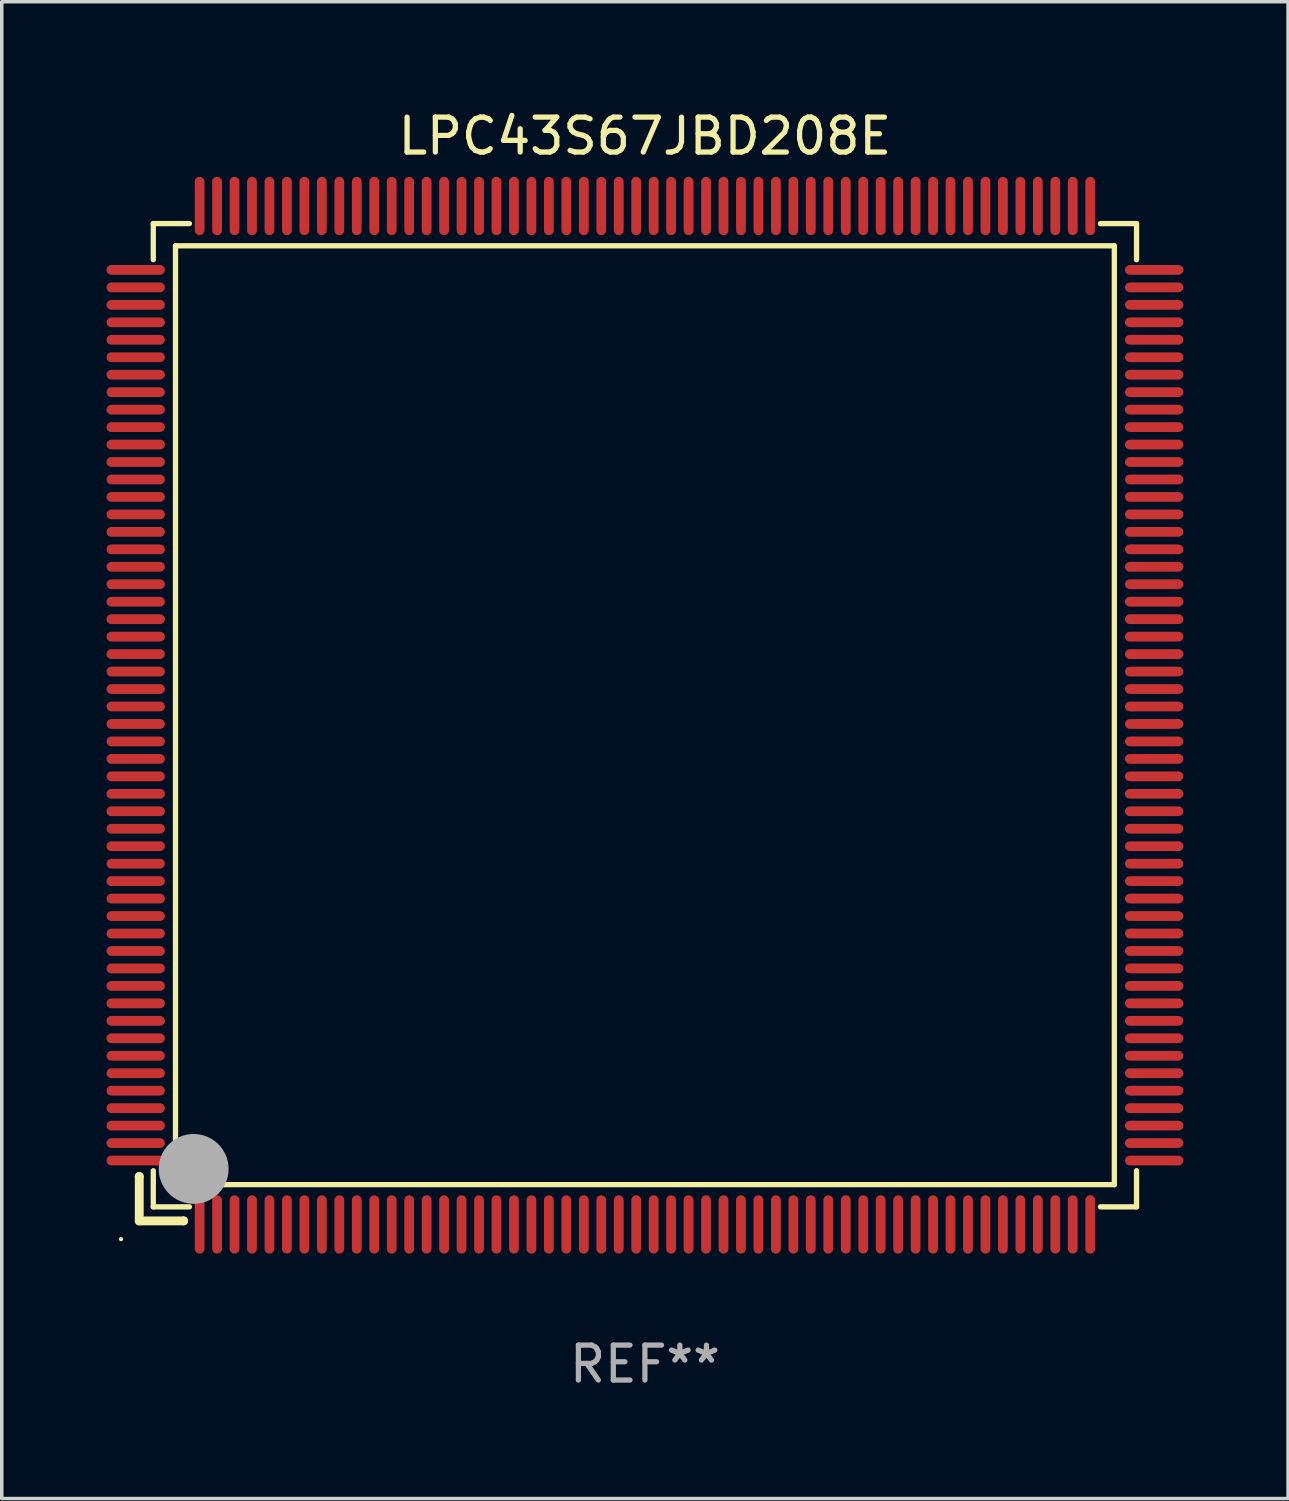
<source format=kicad_pcb>
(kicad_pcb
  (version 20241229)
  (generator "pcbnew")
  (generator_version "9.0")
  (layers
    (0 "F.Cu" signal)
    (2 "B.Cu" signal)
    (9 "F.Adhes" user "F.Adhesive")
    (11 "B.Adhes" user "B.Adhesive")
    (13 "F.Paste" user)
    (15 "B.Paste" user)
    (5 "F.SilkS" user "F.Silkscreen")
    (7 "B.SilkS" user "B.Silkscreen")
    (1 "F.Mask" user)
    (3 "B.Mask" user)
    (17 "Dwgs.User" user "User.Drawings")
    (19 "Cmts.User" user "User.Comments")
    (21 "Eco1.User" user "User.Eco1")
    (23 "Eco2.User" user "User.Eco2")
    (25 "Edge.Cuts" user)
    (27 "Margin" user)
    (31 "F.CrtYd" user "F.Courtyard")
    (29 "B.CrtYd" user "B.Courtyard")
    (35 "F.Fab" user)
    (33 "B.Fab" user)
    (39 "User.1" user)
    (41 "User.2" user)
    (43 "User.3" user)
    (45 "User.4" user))
  (footprint "LPC43S67JBD208E"
    (layer "F.Cu")
    (at 15.415 17.428)
    (property "Reference" "LPC43S67JBD208E" (at 0 -16.58 0) (layer "F.SilkS") (effects (font (size 1 1) (thickness 0.15))))
    (attr through_hole)
    (fp_line (start -14.478 13.208) (end -14.478 13.208) (stroke (width 0.254) (type solid)) (layer "F.SilkS"))
    (fp_line (start -14.478 13.208) (end -14.478 14.478) (stroke (width 0.254) (type solid)) (layer "F.SilkS"))
    (fp_line (start -14.478 14.478) (end -13.208 14.478) (stroke (width 0.254) (type solid)) (layer "F.SilkS"))
    (fp_line (start -14.076 -14.076) (end -14.076 -13.042) (stroke (width 0.152) (type solid)) (layer "F.SilkS"))
    (fp_line (start -14.076 14.076) (end -14.076 13.042) (stroke (width 0.152) (type solid)) (layer "F.SilkS"))
    (fp_line (start -13.44 -13.44) (end 13.44 -13.44) (stroke (width 0.152) (type solid)) (layer "F.SilkS"))
    (fp_line (start -13.44 13.44) (end -13.44 -13.44) (stroke (width 0.152) (type solid)) (layer "F.SilkS"))
    (fp_line (start -13.208 14.478) (end -13.208 14.478) (stroke (width 0.254) (type solid)) (layer "F.SilkS"))
    (fp_line (start -13.042 -14.076) (end -14.076 -14.076) (stroke (width 0.152) (type solid)) (layer "F.SilkS"))
    (fp_line (start -13.042 14.076) (end -14.076 14.076) (stroke (width 0.152) (type solid)) (layer "F.SilkS"))
    (fp_line (start 13.042 -14.076) (end 14.076 -14.076) (stroke (width 0.152) (type solid)) (layer "F.SilkS"))
    (fp_line (start 13.042 14.076) (end 14.076 14.076) (stroke (width 0.152) (type solid)) (layer "F.SilkS"))
    (fp_line (start 13.44 -13.44) (end 13.44 13.44) (stroke (width 0.152) (type solid)) (layer "F.SilkS"))
    (fp_line (start 13.44 13.44) (end -13.44 13.44) (stroke (width 0.152) (type solid)) (layer "F.SilkS"))
    (fp_line (start 14.076 -14.076) (end 14.076 -13.042) (stroke (width 0.152) (type solid)) (layer "F.SilkS"))
    (fp_line (start 14.076 14.076) (end 14.076 13.042) (stroke (width 0.152) (type solid)) (layer "F.SilkS"))
    (fp_circle (center -15 15) (end -14.97 15) (stroke (width 0.06) (type solid)) (fill no) (layer "F.SilkS"))
    (fp_circle (center -13.138 13.138) (end -13.063 13.138) (stroke (width 0.15) (type solid)) (fill no) (layer "F.SilkS"))
    (fp_circle (center -12.92 12.99) (end -12.42 12.99) (stroke (width 1) (type solid)) (fill no) (layer "F.Fab"))
    (fp_text user "REF**" (at 0 18.58 0) (layer "F.Fab") (effects (font (size 1 1) (thickness 0.15))))
    (pad "1" smd oval (at -12.75 14.58) (size 0.28 1.67) (layers "F.Cu" "F.Mask" "F.Paste"))
    (pad "2" smd oval (at -12.25 14.58) (size 0.28 1.67) (layers "F.Cu" "F.Mask" "F.Paste"))
    (pad "3" smd oval (at -11.75 14.58) (size 0.28 1.67) (layers "F.Cu" "F.Mask" "F.Paste"))
    (pad "4" smd oval (at -11.25 14.58) (size 0.28 1.67) (layers "F.Cu" "F.Mask" "F.Paste"))
    (pad "5" smd oval (at -10.75 14.58) (size 0.28 1.67) (layers "F.Cu" "F.Mask" "F.Paste"))
    (pad "6" smd oval (at -10.25 14.58) (size 0.28 1.67) (layers "F.Cu" "F.Mask" "F.Paste"))
    (pad "7" smd oval (at -9.75 14.58) (size 0.28 1.67) (layers "F.Cu" "F.Mask" "F.Paste"))
    (pad "8" smd oval (at -9.25 14.58) (size 0.28 1.67) (layers "F.Cu" "F.Mask" "F.Paste"))
    (pad "9" smd oval (at -8.75 14.58) (size 0.28 1.67) (layers "F.Cu" "F.Mask" "F.Paste"))
    (pad "10" smd oval (at -8.25 14.58) (size 0.28 1.67) (layers "F.Cu" "F.Mask" "F.Paste"))
    (pad "11" smd oval (at -7.75 14.58) (size 0.28 1.67) (layers "F.Cu" "F.Mask" "F.Paste"))
    (pad "12" smd oval (at -7.25 14.58) (size 0.28 1.67) (layers "F.Cu" "F.Mask" "F.Paste"))
    (pad "13" smd oval (at -6.75 14.58) (size 0.28 1.67) (layers "F.Cu" "F.Mask" "F.Paste"))
    (pad "14" smd oval (at -6.25 14.58) (size 0.28 1.67) (layers "F.Cu" "F.Mask" "F.Paste"))
    (pad "15" smd oval (at -5.75 14.58) (size 0.28 1.67) (layers "F.Cu" "F.Mask" "F.Paste"))
    (pad "16" smd oval (at -5.25 14.58) (size 0.28 1.67) (layers "F.Cu" "F.Mask" "F.Paste"))
    (pad "17" smd oval (at -4.75 14.58) (size 0.28 1.67) (layers "F.Cu" "F.Mask" "F.Paste"))
    (pad "18" smd oval (at -4.25 14.58) (size 0.28 1.67) (layers "F.Cu" "F.Mask" "F.Paste"))
    (pad "19" smd oval (at -3.75 14.58) (size 0.28 1.67) (layers "F.Cu" "F.Mask" "F.Paste"))
    (pad "20" smd oval (at -3.25 14.58) (size 0.28 1.67) (layers "F.Cu" "F.Mask" "F.Paste"))
    (pad "21" smd oval (at -2.75 14.58) (size 0.28 1.67) (layers "F.Cu" "F.Mask" "F.Paste"))
    (pad "22" smd oval (at -2.25 14.58) (size 0.28 1.67) (layers "F.Cu" "F.Mask" "F.Paste"))
    (pad "23" smd oval (at -1.75 14.58) (size 0.28 1.67) (layers "F.Cu" "F.Mask" "F.Paste"))
    (pad "24" smd oval (at -1.25 14.58) (size 0.28 1.67) (layers "F.Cu" "F.Mask" "F.Paste"))
    (pad "25" smd oval (at -0.75 14.58) (size 0.28 1.67) (layers "F.Cu" "F.Mask" "F.Paste"))
    (pad "26" smd oval (at -0.25 14.58) (size 0.28 1.67) (layers "F.Cu" "F.Mask" "F.Paste"))
    (pad "27" smd oval (at 0.25 14.58) (size 0.28 1.67) (layers "F.Cu" "F.Mask" "F.Paste"))
    (pad "28" smd oval (at 0.75 14.58) (size 0.28 1.67) (layers "F.Cu" "F.Mask" "F.Paste"))
    (pad "29" smd oval (at 1.25 14.58) (size 0.28 1.67) (layers "F.Cu" "F.Mask" "F.Paste"))
    (pad "30" smd oval (at 1.75 14.58) (size 0.28 1.67) (layers "F.Cu" "F.Mask" "F.Paste"))
    (pad "31" smd oval (at 2.25 14.58) (size 0.28 1.67) (layers "F.Cu" "F.Mask" "F.Paste"))
    (pad "32" smd oval (at 2.75 14.58) (size 0.28 1.67) (layers "F.Cu" "F.Mask" "F.Paste"))
    (pad "33" smd oval (at 3.25 14.58) (size 0.28 1.67) (layers "F.Cu" "F.Mask" "F.Paste"))
    (pad "34" smd oval (at 3.75 14.58) (size 0.28 1.67) (layers "F.Cu" "F.Mask" "F.Paste"))
    (pad "35" smd oval (at 4.25 14.58) (size 0.28 1.67) (layers "F.Cu" "F.Mask" "F.Paste"))
    (pad "36" smd oval (at 4.75 14.58) (size 0.28 1.67) (layers "F.Cu" "F.Mask" "F.Paste"))
    (pad "37" smd oval (at 5.25 14.58) (size 0.28 1.67) (layers "F.Cu" "F.Mask" "F.Paste"))
    (pad "38" smd oval (at 5.75 14.58) (size 0.28 1.67) (layers "F.Cu" "F.Mask" "F.Paste"))
    (pad "39" smd oval (at 6.25 14.58) (size 0.28 1.67) (layers "F.Cu" "F.Mask" "F.Paste"))
    (pad "40" smd oval (at 6.75 14.58) (size 0.28 1.67) (layers "F.Cu" "F.Mask" "F.Paste"))
    (pad "41" smd oval (at 7.25 14.58) (size 0.28 1.67) (layers "F.Cu" "F.Mask" "F.Paste"))
    (pad "42" smd oval (at 7.75 14.58) (size 0.28 1.67) (layers "F.Cu" "F.Mask" "F.Paste"))
    (pad "43" smd oval (at 8.25 14.58) (size 0.28 1.67) (layers "F.Cu" "F.Mask" "F.Paste"))
    (pad "44" smd oval (at 8.75 14.58) (size 0.28 1.67) (layers "F.Cu" "F.Mask" "F.Paste"))
    (pad "45" smd oval (at 9.25 14.58) (size 0.28 1.67) (layers "F.Cu" "F.Mask" "F.Paste"))
    (pad "46" smd oval (at 9.75 14.58) (size 0.28 1.67) (layers "F.Cu" "F.Mask" "F.Paste"))
    (pad "47" smd oval (at 10.25 14.58) (size 0.28 1.67) (layers "F.Cu" "F.Mask" "F.Paste"))
    (pad "48" smd oval (at 10.75 14.58) (size 0.28 1.67) (layers "F.Cu" "F.Mask" "F.Paste"))
    (pad "49" smd oval (at 11.25 14.58) (size 0.28 1.67) (layers "F.Cu" "F.Mask" "F.Paste"))
    (pad "50" smd oval (at 11.75 14.58) (size 0.28 1.67) (layers "F.Cu" "F.Mask" "F.Paste"))
    (pad "51" smd oval (at 12.25 14.58) (size 0.28 1.67) (layers "F.Cu" "F.Mask" "F.Paste"))
    (pad "52" smd oval (at 12.75 14.58) (size 0.28 1.67) (layers "F.Cu" "F.Mask" "F.Paste"))
    (pad "53" smd oval (at 14.58 12.75) (size 1.67 0.28) (layers "F.Cu" "F.Mask" "F.Paste"))
    (pad "54" smd oval (at 14.58 12.25) (size 1.67 0.28) (layers "F.Cu" "F.Mask" "F.Paste"))
    (pad "55" smd oval (at 14.58 11.75) (size 1.67 0.28) (layers "F.Cu" "F.Mask" "F.Paste"))
    (pad "56" smd oval (at 14.58 11.25) (size 1.67 0.28) (layers "F.Cu" "F.Mask" "F.Paste"))
    (pad "57" smd oval (at 14.58 10.75) (size 1.67 0.28) (layers "F.Cu" "F.Mask" "F.Paste"))
    (pad "58" smd oval (at 14.58 10.25) (size 1.67 0.28) (layers "F.Cu" "F.Mask" "F.Paste"))
    (pad "59" smd oval (at 14.58 9.75) (size 1.67 0.28) (layers "F.Cu" "F.Mask" "F.Paste"))
    (pad "60" smd oval (at 14.58 9.25) (size 1.67 0.28) (layers "F.Cu" "F.Mask" "F.Paste"))
    (pad "61" smd oval (at 14.58 8.75) (size 1.67 0.28) (layers "F.Cu" "F.Mask" "F.Paste"))
    (pad "62" smd oval (at 14.58 8.25) (size 1.67 0.28) (layers "F.Cu" "F.Mask" "F.Paste"))
    (pad "63" smd oval (at 14.58 7.75) (size 1.67 0.28) (layers "F.Cu" "F.Mask" "F.Paste"))
    (pad "64" smd oval (at 14.58 7.25) (size 1.67 0.28) (layers "F.Cu" "F.Mask" "F.Paste"))
    (pad "65" smd oval (at 14.58 6.75) (size 1.67 0.28) (layers "F.Cu" "F.Mask" "F.Paste"))
    (pad "66" smd oval (at 14.58 6.25) (size 1.67 0.28) (layers "F.Cu" "F.Mask" "F.Paste"))
    (pad "67" smd oval (at 14.58 5.75) (size 1.67 0.28) (layers "F.Cu" "F.Mask" "F.Paste"))
    (pad "68" smd oval (at 14.58 5.25) (size 1.67 0.28) (layers "F.Cu" "F.Mask" "F.Paste"))
    (pad "69" smd oval (at 14.58 4.75) (size 1.67 0.28) (layers "F.Cu" "F.Mask" "F.Paste"))
    (pad "70" smd oval (at 14.58 4.25) (size 1.67 0.28) (layers "F.Cu" "F.Mask" "F.Paste"))
    (pad "71" smd oval (at 14.58 3.75) (size 1.67 0.28) (layers "F.Cu" "F.Mask" "F.Paste"))
    (pad "72" smd oval (at 14.58 3.25) (size 1.67 0.28) (layers "F.Cu" "F.Mask" "F.Paste"))
    (pad "73" smd oval (at 14.58 2.75) (size 1.67 0.28) (layers "F.Cu" "F.Mask" "F.Paste"))
    (pad "74" smd oval (at 14.58 2.25) (size 1.67 0.28) (layers "F.Cu" "F.Mask" "F.Paste"))
    (pad "75" smd oval (at 14.58 1.75) (size 1.67 0.28) (layers "F.Cu" "F.Mask" "F.Paste"))
    (pad "76" smd oval (at 14.58 1.25) (size 1.67 0.28) (layers "F.Cu" "F.Mask" "F.Paste"))
    (pad "77" smd oval (at 14.58 0.75) (size 1.67 0.28) (layers "F.Cu" "F.Mask" "F.Paste"))
    (pad "78" smd oval (at 14.58 0.25) (size 1.67 0.28) (layers "F.Cu" "F.Mask" "F.Paste"))
    (pad "79" smd oval (at 14.58 -0.25) (size 1.67 0.28) (layers "F.Cu" "F.Mask" "F.Paste"))
    (pad "80" smd oval (at 14.58 -0.75) (size 1.67 0.28) (layers "F.Cu" "F.Mask" "F.Paste"))
    (pad "81" smd oval (at 14.58 -1.25) (size 1.67 0.28) (layers "F.Cu" "F.Mask" "F.Paste"))
    (pad "82" smd oval (at 14.58 -1.75) (size 1.67 0.28) (layers "F.Cu" "F.Mask" "F.Paste"))
    (pad "83" smd oval (at 14.58 -2.25) (size 1.67 0.28) (layers "F.Cu" "F.Mask" "F.Paste"))
    (pad "84" smd oval (at 14.58 -2.75) (size 1.67 0.28) (layers "F.Cu" "F.Mask" "F.Paste"))
    (pad "85" smd oval (at 14.58 -3.25) (size 1.67 0.28) (layers "F.Cu" "F.Mask" "F.Paste"))
    (pad "86" smd oval (at 14.58 -3.75) (size 1.67 0.28) (layers "F.Cu" "F.Mask" "F.Paste"))
    (pad "87" smd oval (at 14.58 -4.25) (size 1.67 0.28) (layers "F.Cu" "F.Mask" "F.Paste"))
    (pad "88" smd oval (at 14.58 -4.75) (size 1.67 0.28) (layers "F.Cu" "F.Mask" "F.Paste"))
    (pad "89" smd oval (at 14.58 -5.25) (size 1.67 0.28) (layers "F.Cu" "F.Mask" "F.Paste"))
    (pad "90" smd oval (at 14.58 -5.75) (size 1.67 0.28) (layers "F.Cu" "F.Mask" "F.Paste"))
    (pad "91" smd oval (at 14.58 -6.25) (size 1.67 0.28) (layers "F.Cu" "F.Mask" "F.Paste"))
    (pad "92" smd oval (at 14.58 -6.75) (size 1.67 0.28) (layers "F.Cu" "F.Mask" "F.Paste"))
    (pad "93" smd oval (at 14.58 -7.25) (size 1.67 0.28) (layers "F.Cu" "F.Mask" "F.Paste"))
    (pad "94" smd oval (at 14.58 -7.75) (size 1.67 0.28) (layers "F.Cu" "F.Mask" "F.Paste"))
    (pad "95" smd oval (at 14.58 -8.25) (size 1.67 0.28) (layers "F.Cu" "F.Mask" "F.Paste"))
    (pad "96" smd oval (at 14.58 -8.75) (size 1.67 0.28) (layers "F.Cu" "F.Mask" "F.Paste"))
    (pad "97" smd oval (at 14.58 -9.25) (size 1.67 0.28) (layers "F.Cu" "F.Mask" "F.Paste"))
    (pad "98" smd oval (at 14.58 -9.75) (size 1.67 0.28) (layers "F.Cu" "F.Mask" "F.Paste"))
    (pad "99" smd oval (at 14.58 -10.25) (size 1.67 0.28) (layers "F.Cu" "F.Mask" "F.Paste"))
    (pad "100" smd oval (at 14.58 -10.75) (size 1.67 0.28) (layers "F.Cu" "F.Mask" "F.Paste"))
    (pad "101" smd oval (at 14.58 -11.25) (size 1.67 0.28) (layers "F.Cu" "F.Mask" "F.Paste"))
    (pad "102" smd oval (at 14.58 -11.75) (size 1.67 0.28) (layers "F.Cu" "F.Mask" "F.Paste"))
    (pad "103" smd oval (at 14.58 -12.25) (size 1.67 0.28) (layers "F.Cu" "F.Mask" "F.Paste"))
    (pad "104" smd oval (at 14.58 -12.75) (size 1.67 0.28) (layers "F.Cu" "F.Mask" "F.Paste"))
    (pad "105" smd oval (at 12.75 -14.58) (size 0.28 1.67) (layers "F.Cu" "F.Mask" "F.Paste"))
    (pad "106" smd oval (at 12.25 -14.58) (size 0.28 1.67) (layers "F.Cu" "F.Mask" "F.Paste"))
    (pad "107" smd oval (at 11.75 -14.58) (size 0.28 1.67) (layers "F.Cu" "F.Mask" "F.Paste"))
    (pad "108" smd oval (at 11.25 -14.58) (size 0.28 1.67) (layers "F.Cu" "F.Mask" "F.Paste"))
    (pad "109" smd oval (at 10.75 -14.58) (size 0.28 1.67) (layers "F.Cu" "F.Mask" "F.Paste"))
    (pad "110" smd oval (at 10.25 -14.58) (size 0.28 1.67) (layers "F.Cu" "F.Mask" "F.Paste"))
    (pad "111" smd oval (at 9.75 -14.58) (size 0.28 1.67) (layers "F.Cu" "F.Mask" "F.Paste"))
    (pad "112" smd oval (at 9.25 -14.58) (size 0.28 1.67) (layers "F.Cu" "F.Mask" "F.Paste"))
    (pad "113" smd oval (at 8.75 -14.58) (size 0.28 1.67) (layers "F.Cu" "F.Mask" "F.Paste"))
    (pad "114" smd oval (at 8.25 -14.58) (size 0.28 1.67) (layers "F.Cu" "F.Mask" "F.Paste"))
    (pad "115" smd oval (at 7.75 -14.58) (size 0.28 1.67) (layers "F.Cu" "F.Mask" "F.Paste"))
    (pad "116" smd oval (at 7.25 -14.58) (size 0.28 1.67) (layers "F.Cu" "F.Mask" "F.Paste"))
    (pad "117" smd oval (at 6.75 -14.58) (size 0.28 1.67) (layers "F.Cu" "F.Mask" "F.Paste"))
    (pad "118" smd oval (at 6.25 -14.58) (size 0.28 1.67) (layers "F.Cu" "F.Mask" "F.Paste"))
    (pad "119" smd oval (at 5.75 -14.58) (size 0.28 1.67) (layers "F.Cu" "F.Mask" "F.Paste"))
    (pad "120" smd oval (at 5.25 -14.58) (size 0.28 1.67) (layers "F.Cu" "F.Mask" "F.Paste"))
    (pad "121" smd oval (at 4.75 -14.58) (size 0.28 1.67) (layers "F.Cu" "F.Mask" "F.Paste"))
    (pad "122" smd oval (at 4.25 -14.58) (size 0.28 1.67) (layers "F.Cu" "F.Mask" "F.Paste"))
    (pad "123" smd oval (at 3.75 -14.58) (size 0.28 1.67) (layers "F.Cu" "F.Mask" "F.Paste"))
    (pad "124" smd oval (at 3.25 -14.58) (size 0.28 1.67) (layers "F.Cu" "F.Mask" "F.Paste"))
    (pad "125" smd oval (at 2.75 -14.58) (size 0.28 1.67) (layers "F.Cu" "F.Mask" "F.Paste"))
    (pad "126" smd oval (at 2.25 -14.58) (size 0.28 1.67) (layers "F.Cu" "F.Mask" "F.Paste"))
    (pad "127" smd oval (at 1.75 -14.58) (size 0.28 1.67) (layers "F.Cu" "F.Mask" "F.Paste"))
    (pad "128" smd oval (at 1.25 -14.58) (size 0.28 1.67) (layers "F.Cu" "F.Mask" "F.Paste"))
    (pad "129" smd oval (at 0.75 -14.58) (size 0.28 1.67) (layers "F.Cu" "F.Mask" "F.Paste"))
    (pad "130" smd oval (at 0.25 -14.58) (size 0.28 1.67) (layers "F.Cu" "F.Mask" "F.Paste"))
    (pad "131" smd oval (at -0.25 -14.58) (size 0.28 1.67) (layers "F.Cu" "F.Mask" "F.Paste"))
    (pad "132" smd oval (at -0.75 -14.58) (size 0.28 1.67) (layers "F.Cu" "F.Mask" "F.Paste"))
    (pad "133" smd oval (at -1.25 -14.58) (size 0.28 1.67) (layers "F.Cu" "F.Mask" "F.Paste"))
    (pad "134" smd oval (at -1.75 -14.58) (size 0.28 1.67) (layers "F.Cu" "F.Mask" "F.Paste"))
    (pad "135" smd oval (at -2.25 -14.58) (size 0.28 1.67) (layers "F.Cu" "F.Mask" "F.Paste"))
    (pad "136" smd oval (at -2.75 -14.58) (size 0.28 1.67) (layers "F.Cu" "F.Mask" "F.Paste"))
    (pad "137" smd oval (at -3.25 -14.58) (size 0.28 1.67) (layers "F.Cu" "F.Mask" "F.Paste"))
    (pad "138" smd oval (at -3.75 -14.58) (size 0.28 1.67) (layers "F.Cu" "F.Mask" "F.Paste"))
    (pad "139" smd oval (at -4.25 -14.58) (size 0.28 1.67) (layers "F.Cu" "F.Mask" "F.Paste"))
    (pad "140" smd oval (at -4.75 -14.58) (size 0.28 1.67) (layers "F.Cu" "F.Mask" "F.Paste"))
    (pad "141" smd oval (at -5.25 -14.58) (size 0.28 1.67) (layers "F.Cu" "F.Mask" "F.Paste"))
    (pad "142" smd oval (at -5.75 -14.58) (size 0.28 1.67) (layers "F.Cu" "F.Mask" "F.Paste"))
    (pad "143" smd oval (at -6.25 -14.58) (size 0.28 1.67) (layers "F.Cu" "F.Mask" "F.Paste"))
    (pad "144" smd oval (at -6.75 -14.58) (size 0.28 1.67) (layers "F.Cu" "F.Mask" "F.Paste"))
    (pad "145" smd oval (at -7.25 -14.58) (size 0.28 1.67) (layers "F.Cu" "F.Mask" "F.Paste"))
    (pad "146" smd oval (at -7.75 -14.58) (size 0.28 1.67) (layers "F.Cu" "F.Mask" "F.Paste"))
    (pad "147" smd oval (at -8.25 -14.58) (size 0.28 1.67) (layers "F.Cu" "F.Mask" "F.Paste"))
    (pad "148" smd oval (at -8.75 -14.58) (size 0.28 1.67) (layers "F.Cu" "F.Mask" "F.Paste"))
    (pad "149" smd oval (at -9.25 -14.58) (size 0.28 1.67) (layers "F.Cu" "F.Mask" "F.Paste"))
    (pad "150" smd oval (at -9.75 -14.58) (size 0.28 1.67) (layers "F.Cu" "F.Mask" "F.Paste"))
    (pad "151" smd oval (at -10.25 -14.58) (size 0.28 1.67) (layers "F.Cu" "F.Mask" "F.Paste"))
    (pad "152" smd oval (at -10.75 -14.58) (size 0.28 1.67) (layers "F.Cu" "F.Mask" "F.Paste"))
    (pad "153" smd oval (at -11.25 -14.58) (size 0.28 1.67) (layers "F.Cu" "F.Mask" "F.Paste"))
    (pad "154" smd oval (at -11.75 -14.58) (size 0.28 1.67) (layers "F.Cu" "F.Mask" "F.Paste"))
    (pad "155" smd oval (at -12.25 -14.58) (size 0.28 1.67) (layers "F.Cu" "F.Mask" "F.Paste"))
    (pad "156" smd oval (at -12.75 -14.58) (size 0.28 1.67) (layers "F.Cu" "F.Mask" "F.Paste"))
    (pad "157" smd oval (at -14.58 -12.75) (size 1.67 0.28) (layers "F.Cu" "F.Mask" "F.Paste"))
    (pad "158" smd oval (at -14.58 -12.25) (size 1.67 0.28) (layers "F.Cu" "F.Mask" "F.Paste"))
    (pad "159" smd oval (at -14.58 -11.75) (size 1.67 0.28) (layers "F.Cu" "F.Mask" "F.Paste"))
    (pad "160" smd oval (at -14.58 -11.25) (size 1.67 0.28) (layers "F.Cu" "F.Mask" "F.Paste"))
    (pad "161" smd oval (at -14.58 -10.75) (size 1.67 0.28) (layers "F.Cu" "F.Mask" "F.Paste"))
    (pad "162" smd oval (at -14.58 -10.25) (size 1.67 0.28) (layers "F.Cu" "F.Mask" "F.Paste"))
    (pad "163" smd oval (at -14.58 -9.75) (size 1.67 0.28) (layers "F.Cu" "F.Mask" "F.Paste"))
    (pad "164" smd oval (at -14.58 -9.25) (size 1.67 0.28) (layers "F.Cu" "F.Mask" "F.Paste"))
    (pad "165" smd oval (at -14.58 -8.75) (size 1.67 0.28) (layers "F.Cu" "F.Mask" "F.Paste"))
    (pad "166" smd oval (at -14.58 -8.25) (size 1.67 0.28) (layers "F.Cu" "F.Mask" "F.Paste"))
    (pad "167" smd oval (at -14.58 -7.75) (size 1.67 0.28) (layers "F.Cu" "F.Mask" "F.Paste"))
    (pad "168" smd oval (at -14.58 -7.25) (size 1.67 0.28) (layers "F.Cu" "F.Mask" "F.Paste"))
    (pad "169" smd oval (at -14.58 -6.75) (size 1.67 0.28) (layers "F.Cu" "F.Mask" "F.Paste"))
    (pad "170" smd oval (at -14.58 -6.25) (size 1.67 0.28) (layers "F.Cu" "F.Mask" "F.Paste"))
    (pad "171" smd oval (at -14.58 -5.75) (size 1.67 0.28) (layers "F.Cu" "F.Mask" "F.Paste"))
    (pad "172" smd oval (at -14.58 -5.25) (size 1.67 0.28) (layers "F.Cu" "F.Mask" "F.Paste"))
    (pad "173" smd oval (at -14.58 -4.75) (size 1.67 0.28) (layers "F.Cu" "F.Mask" "F.Paste"))
    (pad "174" smd oval (at -14.58 -4.25) (size 1.67 0.28) (layers "F.Cu" "F.Mask" "F.Paste"))
    (pad "175" smd oval (at -14.58 -3.75) (size 1.67 0.28) (layers "F.Cu" "F.Mask" "F.Paste"))
    (pad "176" smd oval (at -14.58 -3.25) (size 1.67 0.28) (layers "F.Cu" "F.Mask" "F.Paste"))
    (pad "177" smd oval (at -14.58 -2.75) (size 1.67 0.28) (layers "F.Cu" "F.Mask" "F.Paste"))
    (pad "178" smd oval (at -14.58 -2.25) (size 1.67 0.28) (layers "F.Cu" "F.Mask" "F.Paste"))
    (pad "179" smd oval (at -14.58 -1.75) (size 1.67 0.28) (layers "F.Cu" "F.Mask" "F.Paste"))
    (pad "180" smd oval (at -14.58 -1.25) (size 1.67 0.28) (layers "F.Cu" "F.Mask" "F.Paste"))
    (pad "181" smd oval (at -14.58 -0.75) (size 1.67 0.28) (layers "F.Cu" "F.Mask" "F.Paste"))
    (pad "182" smd oval (at -14.58 -0.25) (size 1.67 0.28) (layers "F.Cu" "F.Mask" "F.Paste"))
    (pad "183" smd oval (at -14.58 0.25) (size 1.67 0.28) (layers "F.Cu" "F.Mask" "F.Paste"))
    (pad "184" smd oval (at -14.58 0.75) (size 1.67 0.28) (layers "F.Cu" "F.Mask" "F.Paste"))
    (pad "185" smd oval (at -14.58 1.25) (size 1.67 0.28) (layers "F.Cu" "F.Mask" "F.Paste"))
    (pad "186" smd oval (at -14.58 1.75) (size 1.67 0.28) (layers "F.Cu" "F.Mask" "F.Paste"))
    (pad "187" smd oval (at -14.58 2.25) (size 1.67 0.28) (layers "F.Cu" "F.Mask" "F.Paste"))
    (pad "188" smd oval (at -14.58 2.75) (size 1.67 0.28) (layers "F.Cu" "F.Mask" "F.Paste"))
    (pad "189" smd oval (at -14.58 3.25) (size 1.67 0.28) (layers "F.Cu" "F.Mask" "F.Paste"))
    (pad "190" smd oval (at -14.58 3.75) (size 1.67 0.28) (layers "F.Cu" "F.Mask" "F.Paste"))
    (pad "191" smd oval (at -14.58 4.25) (size 1.67 0.28) (layers "F.Cu" "F.Mask" "F.Paste"))
    (pad "192" smd oval (at -14.58 4.75) (size 1.67 0.28) (layers "F.Cu" "F.Mask" "F.Paste"))
    (pad "193" smd oval (at -14.58 5.25) (size 1.67 0.28) (layers "F.Cu" "F.Mask" "F.Paste"))
    (pad "194" smd oval (at -14.58 5.75) (size 1.67 0.28) (layers "F.Cu" "F.Mask" "F.Paste"))
    (pad "195" smd oval (at -14.58 6.25) (size 1.67 0.28) (layers "F.Cu" "F.Mask" "F.Paste"))
    (pad "196" smd oval (at -14.58 6.75) (size 1.67 0.28) (layers "F.Cu" "F.Mask" "F.Paste"))
    (pad "197" smd oval (at -14.58 7.25) (size 1.67 0.28) (layers "F.Cu" "F.Mask" "F.Paste"))
    (pad "198" smd oval (at -14.58 7.75) (size 1.67 0.28) (layers "F.Cu" "F.Mask" "F.Paste"))
    (pad "199" smd oval (at -14.58 8.25) (size 1.67 0.28) (layers "F.Cu" "F.Mask" "F.Paste"))
    (pad "200" smd oval (at -14.58 8.75) (size 1.67 0.28) (layers "F.Cu" "F.Mask" "F.Paste"))
    (pad "201" smd oval (at -14.58 9.25) (size 1.67 0.28) (layers "F.Cu" "F.Mask" "F.Paste"))
    (pad "202" smd oval (at -14.58 9.75) (size 1.67 0.28) (layers "F.Cu" "F.Mask" "F.Paste"))
    (pad "203" smd oval (at -14.58 10.25) (size 1.67 0.28) (layers "F.Cu" "F.Mask" "F.Paste"))
    (pad "204" smd oval (at -14.58 10.75) (size 1.67 0.28) (layers "F.Cu" "F.Mask" "F.Paste"))
    (pad "205" smd oval (at -14.58 11.25) (size 1.67 0.28) (layers "F.Cu" "F.Mask" "F.Paste"))
    (pad "206" smd oval (at -14.58 11.75) (size 1.67 0.28) (layers "F.Cu" "F.Mask" "F.Paste"))
    (pad "207" smd oval (at -14.58 12.25) (size 1.67 0.28) (layers "F.Cu" "F.Mask" "F.Paste"))
    (pad "208" smd oval (at -14.58 12.75) (size 1.67 0.28) (layers "F.Cu" "F.Mask" "F.Paste")))
  (gr_rect
    (start -3 -3)
    (end 33.83 39.856)
    (stroke (width 0.1) (type default))
    (fill no)
    (layer "Edge.Cuts")))
</source>
